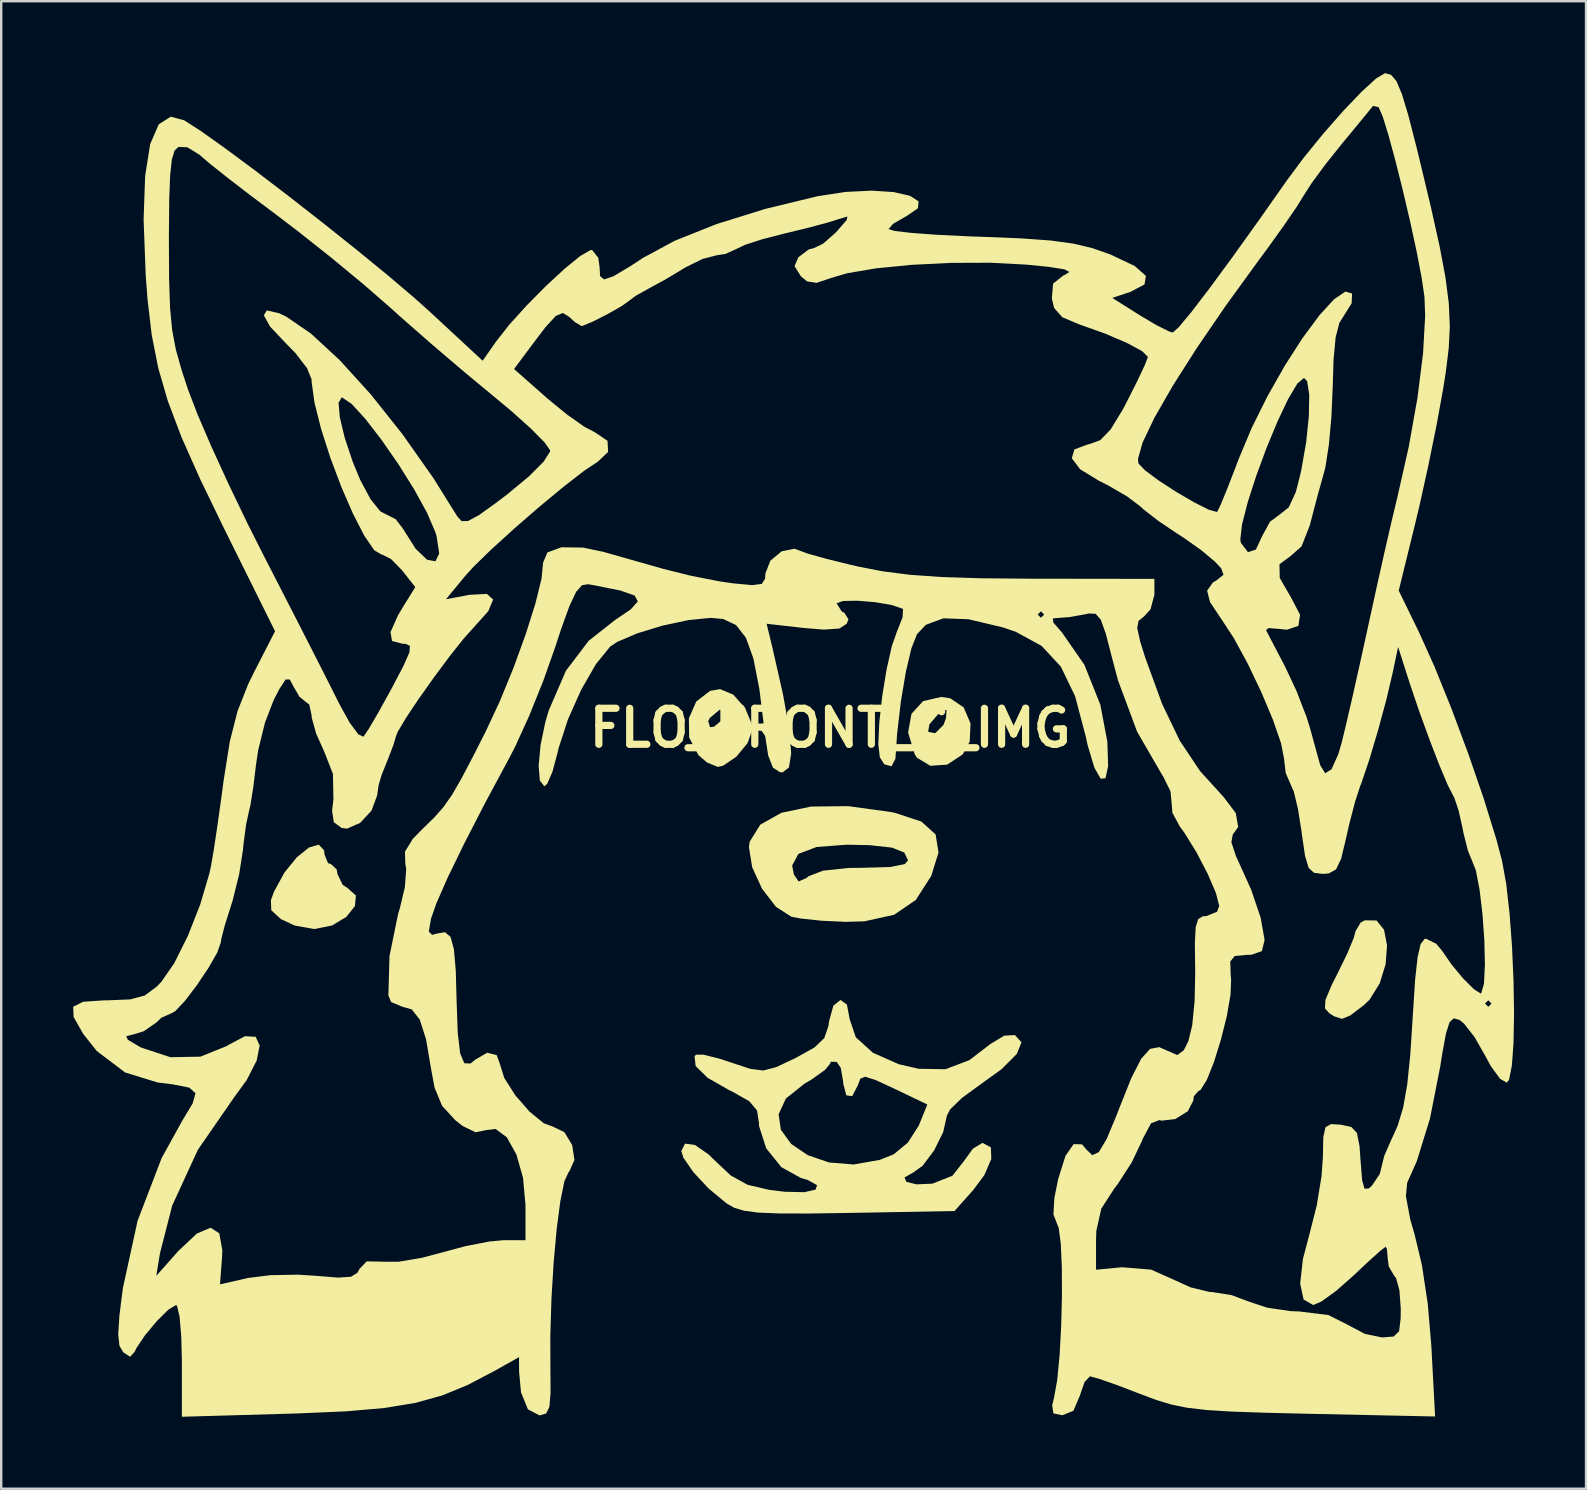
<source format=kicad_pcb>
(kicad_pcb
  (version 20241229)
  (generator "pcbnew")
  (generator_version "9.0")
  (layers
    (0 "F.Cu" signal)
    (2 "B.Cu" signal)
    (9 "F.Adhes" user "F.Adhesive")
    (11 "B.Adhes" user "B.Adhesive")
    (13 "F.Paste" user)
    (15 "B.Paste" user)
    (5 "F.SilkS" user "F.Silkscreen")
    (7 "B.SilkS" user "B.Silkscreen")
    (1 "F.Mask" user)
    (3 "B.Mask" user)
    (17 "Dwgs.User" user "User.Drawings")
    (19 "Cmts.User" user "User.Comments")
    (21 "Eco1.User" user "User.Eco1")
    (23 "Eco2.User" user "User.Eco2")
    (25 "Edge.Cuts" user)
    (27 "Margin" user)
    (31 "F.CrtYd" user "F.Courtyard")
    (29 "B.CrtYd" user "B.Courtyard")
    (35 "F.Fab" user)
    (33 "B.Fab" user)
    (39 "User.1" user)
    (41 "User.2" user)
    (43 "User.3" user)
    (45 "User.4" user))
  (footprint "FLO_FRONT_C_IMG"
    (layer "F.Cu")
    (at 31.551 27.291)
    (property "Reference" "FLO_FRONT_C_IMG" (at 0 0 0) (layer "F.SilkS") (effects (font (size 1.5 1.5) (thickness 0.3))))
    (attr board_only exclude_from_pos_files exclude_from_bom)
    (fp_poly (pts (xy 22.771 8.022) (xy 23.082 8.41) (xy 23.207 9.058) (xy 23.148 9.842) (xy 22.904 10.638) (xy 22.479 11.322) (xy 22.242 11.549) (xy 21.673 11.983) (xy 21.327 12.123) (xy 21.007 12.018) (xy 20.81 11.898) (xy 20.619 11.687) (xy 20.639 11.337) (xy 20.896 10.72) (xy 21.152 10.213) (xy 21.551 9.395) (xy 21.819 8.749) (xy 21.891 8.473) (xy 22.103 8.114) (xy 22.273 8.016)) (stroke (width 0) (type solid)) (fill yes) (layer "F.SilkS"))
    (fp_poly (pts (xy -21.094 5.097) (xy -21.077 5.269) (xy -20.931 5.629) (xy -20.806 5.674) (xy -20.568 5.894) (xy -20.536 6.088) (xy -20.318 6.539) (xy -20.131 6.658) (xy -19.768 6.981) (xy -19.809 7.422) (xy -20.168 7.874) (xy -20.756 8.228) (xy -21.488 8.376) (xy -21.511 8.377) (xy -22.316 8.234) (xy -22.898 7.963) (xy -23.295 7.595) (xy -23.31 7.172) (xy -23.177 6.814) (xy -22.746 6.024) (xy -22.232 5.391) (xy -21.725 4.981) (xy -21.316 4.861)) (stroke (width 0) (type solid)) (fill yes) (layer "F.SilkS"))
    (fp_poly (pts (xy 5.003 -1.239) (xy 5.563 -0.857) (xy 5.848 -0.188) (xy 5.813 0.567) (xy 5.523 1.099) (xy 4.873 1.528) (xy 4.174 1.575) (xy 3.617 1.242) (xy 3.522 1.099) (xy 3.247 0.186) (xy 3.252 0.158) (xy 4.081 0.158) (xy 4.352 0.215) (xy 4.391 0.203) (xy 4.722 -0.129) (xy 4.827 -0.419) (xy 4.847 -0.763) (xy 4.616 -0.668) (xy 4.49 -0.566) (xy 4.133 -0.152) (xy 4.081 0.158) (xy 3.252 0.158) (xy 3.386 -0.591) (xy 3.871 -1.121) (xy 4.63 -1.295)) (stroke (width 0) (type solid)) (fill yes) (layer "F.SilkS"))
    (fp_poly (pts (xy -4.04 -1.39) (xy -3.544 -0.83) (xy -3.261 -0.143) (xy -3.243 0.06) (xy -3.442 0.625) (xy -3.914 1.198) (xy -4.464 1.573) (xy -4.687 1.621) (xy -5.137 1.436) (xy -5.497 1.127) (xy -5.88 0.394) (xy -5.889 -0.287) (xy -5.083 -0.287) (xy -5.01 -0.036) (xy -4.847 -0.051) (xy -4.437 -0.393) (xy -4.374 -0.524) (xy -4.448 -0.775) (xy -4.611 -0.76) (xy -5.02 -0.418) (xy -5.083 -0.287) (xy -5.889 -0.287) (xy -5.891 -0.403) (xy -5.583 -1.104) (xy -5.009 -1.546) (xy -4.59 -1.621)) (stroke (width 0) (type solid)) (fill yes) (layer "F.SilkS"))
    (fp_poly (pts (xy 2.521 3.5) (xy 2.707 3.539) (xy 3.799 3.9) (xy 4.393 4.435) (xy 4.514 5.19) (xy 4.21 6.166) (xy 3.565 7.168) (xy 2.664 7.784) (xy 1.424 8.057) (xy 0.634 8.079) (xy -0.361 8.032) (xy -1.231 7.94) (xy -1.621 7.865) (xy -2.26 7.454) (xy -2.84 6.702) (xy -3.252 5.805) (xy -3.264 5.731) (xy -1.587 5.731) (xy -1.513 6.107) (xy -1.318 6.396) (xy -0.997 6.255) (xy -0.901 6.178) (xy -0.304 5.947) (xy 0.751 5.834) (xy 1.393 5.825) (xy 2.502 5.793) (xy 3.105 5.672) (xy 3.243 5.516) (xy 3.087 5.191) (xy 2.575 4.986) (xy 1.641 4.883) (xy 0.687 4.864) (xy -0.57 4.959) (xy -1.326 5.247) (xy -1.587 5.731) (xy -3.264 5.731) (xy -3.388 4.962) (xy -3.356 4.738) (xy -2.912 4.026) (xy -2.036 3.534) (xy -0.793 3.273) (xy 0.748 3.257)) (stroke (width 0) (type solid)) (fill yes) (layer "F.SilkS"))
    (fp_poly (pts (xy 0.697 11.527) (xy 0.811 12.138) (xy 1.066 12.889) (xy 1.777 13.534) (xy 2.862 14.014) (xy 3.692 14.203) (xy 4.803 14.221) (xy 5.798 13.844) (xy 6.674 13.172) (xy 7.255 12.822) (xy 7.699 12.797) (xy 7.971 13.099) (xy 7.775 13.586) (xy 7.139 14.222) (xy 6.216 14.887) (xy 5.492 15.417) (xy 5.001 15.892) (xy 4.864 16.15) (xy 4.71 16.838) (xy 4.33 17.607) (xy 3.852 18.245) (xy 3.459 18.526) (xy 3.096 18.731) (xy 3.174 18.914) (xy 3.593 19.019) (xy 4.255 18.991) (xy 4.266 18.989) (xy 5.095 18.659) (xy 5.556 18.072) (xy 5.947 17.532) (xy 6.341 17.294) (xy 6.357 17.294) (xy 6.698 17.481) (xy 6.713 17.966) (xy 6.424 18.634) (xy 5.967 19.248) (xy 5.18 20.131) (xy 0.766 20.211) (xy -0.913 20.235) (xy -2.14 20.232) (xy -3.005 20.196) (xy -3.598 20.118) (xy -4.006 19.993) (xy -4.319 19.814) (xy -4.322 19.812) (xy -5.062 19.197) (xy -5.704 18.512) (xy -6.119 17.907) (xy -6.206 17.631) (xy -6.052 17.323) (xy -5.637 17.379) (xy -5.067 17.773) (xy -4.843 17.994) (xy -4.143 18.651) (xy -3.443 19.038) (xy -2.528 19.252) (xy -1.904 19.327) (xy -1.081 19.346) (xy -0.61 19.239) (xy -0.547 19.053) (xy -0.948 18.833) (xy -1.22 18.755) (xy -2.037 18.303) (xy -2.67 17.514) (xy -2.966 16.589) (xy -2.972 16.448) (xy -3.026 16.1) (xy -2.151 16.1) (xy -2.055 16.748) (xy -1.628 17.333) (xy -0.936 17.804) (xy -0.046 18.107) (xy 0.974 18.191) (xy 2.058 18.001) (xy 2.646 17.768) (xy 3.235 17.28) (xy 3.689 16.575) (xy 3.695 16.56) (xy 4.047 15.691) (xy 2.668 15.03) (xy 1.884 14.668) (xy 1.456 14.534) (xy 1.254 14.616) (xy 1.153 14.886) (xy 0.917 15.343) (xy 0.67 15.31) (xy 0.542 14.816) (xy 0.54 14.743) (xy 0.441 14.17) (xy 0.27 13.916) (xy 0.02 13.909) (xy 0 13.985) (xy -0.215 14.247) (xy -0.759 14.638) (xy -1.081 14.829) (xy -1.848 15.443) (xy -2.151 16.1) (xy -3.026 16.1) (xy -3.051 15.939) (xy -3.37 15.558) (xy -4.055 15.167) (xy -4.213 15.092) (xy -5.11 14.579) (xy -5.608 14.091) (xy -5.654 13.687) (xy -5.598 13.614) (xy -5.284 13.616) (xy -4.635 13.776) (xy -4.12 13.945) (xy -3.332 14.206) (xy -2.79 14.275) (xy -2.251 14.134) (xy -1.474 13.769) (xy -1.46 13.762) (xy -0.666 13.322) (xy -0.248 12.924) (xy -0.075 12.425) (xy -0.05 12.227) (xy 0.132 11.572) (xy 0.426 11.334)) (stroke (width 0) (type solid)) (fill yes) (layer "F.SilkS"))
    (fp_poly (pts (xy 23.378 -27.221) (xy 23.598 -26.959) (xy 23.826 -26.424) (xy 24.093 -25.54) (xy 24.43 -24.228) (xy 24.54 -23.779) (xy 25.032 -21.721) (xy 25.396 -20.087) (xy 25.642 -18.779) (xy 25.781 -17.698) (xy 25.823 -16.747) (xy 25.778 -15.827) (xy 25.657 -14.84) (xy 25.555 -14.192) (xy 25.281 -12.677) (xy 24.927 -10.931) (xy 24.553 -9.243) (xy 24.401 -8.604) (xy 23.694 -5.725) (xy 24.53 -4.011) (xy 25.181 -2.567) (xy 25.893 -0.807) (xy 26.602 1.097) (xy 27.246 2.97) (xy 27.763 4.641) (xy 28.001 5.539) (xy 28.174 6.501) (xy 28.313 7.724) (xy 28.415 9.102) (xy 28.478 10.532) (xy 28.5 11.907) (xy 28.478 13.123) (xy 28.409 14.074) (xy 28.293 14.655) (xy 28.2 14.782) (xy 27.918 14.621) (xy 27.534 14.096) (xy 27.295 13.654) (xy 26.857 12.885) (xy 26.415 12.32) (xy 26.229 12.169) (xy 25.989 12.1) (xy 25.813 12.258) (xy 25.663 12.733) (xy 25.501 13.616) (xy 25.423 14.113) (xy 24.998 16.269) (xy 24.446 18.058) (xy 24.047 18.95) (xy 23.993 19.51) (xy 24.173 20.474) (xy 24.357 21.111) (xy 24.661 22.384) (xy 24.904 23.998) (xy 25.054 25.756) (xy 25.054 25.763) (xy 25.21 28.694) (xy 19.968 28.582) (xy 18.129 28.538) (xy 16.732 28.49) (xy 15.679 28.424) (xy 14.87 28.329) (xy 14.207 28.194) (xy 13.592 28.007) (xy 12.925 27.757) (xy 12.896 27.746) (xy 11.969 27.391) (xy 11.234 27.133) (xy 10.838 27.022) (xy 10.824 27.021) (xy 10.603 27.254) (xy 10.407 27.816) (xy 10.403 27.832) (xy 10.135 28.457) (xy 9.675 28.643) (xy 9.301 28.565) (xy 9.252 28.23) (xy 9.33 27.899) (xy 9.46 27.177) (xy 9.56 26.143) (xy 9.626 24.926) (xy 9.658 23.657) (xy 9.653 22.465) (xy 9.608 21.481) (xy 9.522 20.834) (xy 9.456 20.67) (xy 9.304 20.273) (xy 9.341 19.594) (xy 9.501 18.798) (xy 9.804 17.834) (xy 10.144 17.343) (xy 10.495 17.352) (xy 10.673 17.564) (xy 10.925 17.805) (xy 11.195 17.675) (xy 11.523 17.126) (xy 11.947 16.11) (xy 12.036 15.875) (xy 12.544 14.6) (xy 12.96 13.785) (xy 13.332 13.372) (xy 13.712 13.301) (xy 14.06 13.454) (xy 14.468 13.63) (xy 14.736 13.432) (xy 14.929 13.043) (xy 15.087 12.39) (xy 15.187 11.375) (xy 15.212 10.177) (xy 15.21 10.065) (xy 15.197 8.968) (xy 15.231 8.304) (xy 15.335 7.966) (xy 15.532 7.847) (xy 15.687 7.836) (xy 16.12 7.658) (xy 16.213 7.42) (xy 16.078 6.883) (xy 15.731 6.075) (xy 15.262 5.175) (xy 14.758 4.361) (xy 14.569 4.103) (xy 14.261 3.533) (xy 14.226 3.1) (xy 14.182 2.638) (xy 13.878 2.022) (xy 13.841 1.969) (xy 12.789 0.151) (xy 11.996 -1.982) (xy 11.745 -2.925) (xy 11.485 -3.933) (xy 11.277 -4.511) (xy 11.064 -4.758) (xy 10.787 -4.774) (xy 10.699 -4.753) (xy 9.973 -4.622) (xy 9.613 -4.597) (xy 9.278 -4.566) (xy 9.3 -4.393) (xy 9.656 -3.986) (xy 10.594 -2.633) (xy 11.258 -0.971) (xy 11.55 0.573) (xy 11.582 1.583) (xy 11.476 2.093) (xy 11.272 2.113) (xy 11.01 1.653) (xy 10.731 0.724) (xy 10.648 0.345) (xy 10.204 -1.33) (xy 9.613 -2.556) (xy 8.811 -3.421) (xy 7.73 -4.012) (xy 7.195 -4.193) (xy 5.763 -4.533) (xy 4.716 -4.571) (xy 3.987 -4.301) (xy 3.617 -3.909) (xy 3.384 -3.321) (xy 3.152 -2.337) (xy 2.945 -1.102) (xy 2.788 0.238) (xy 2.717 1.284) (xy 2.555 1.595) (xy 2.253 1.512) (xy 2.068 1.225) (xy 2.004 0.669) (xy 2.046 -0.243) (xy 2.169 -1.341) (xy 2.352 -2.456) (xy 2.57 -3.419) (xy 2.783 -4.025) (xy 3.014 -4.609) (xy 3.022 -4.729) (xy 8.647 -4.729) (xy 8.782 -4.594) (xy 8.917 -4.729) (xy 8.782 -4.864) (xy 8.647 -4.729) (xy 3.022 -4.729) (xy 3.036 -4.952) (xy 3.018 -4.97) (xy 2.557 -5.128) (xy 1.864 -5.245) (xy 1.127 -5.305) (xy 0.534 -5.294) (xy 0.271 -5.197) (xy 0.27 -5.187) (xy 0.483 -4.854) (xy 0.588 -4.803) (xy 0.76 -4.533) (xy 0.688 -4.344) (xy 0.379 -4.145) (xy -0.272 -4.101) (xy -1.09 -4.168) (xy -2.65 -4.344) (xy -2.402 -3.321) (xy -1.966 -1.394) (xy -1.708 0.054) (xy -1.627 1.056) (xy -1.72 1.644) (xy -1.985 1.849) (xy -2.094 1.841) (xy -2.388 1.652) (xy -2.585 1.148) (xy -2.727 0.219) (xy -2.736 0.133) (xy -2.952 -1.618) (xy -3.201 -2.894) (xy -3.514 -3.763) (xy -3.924 -4.29) (xy -4.461 -4.542) (xy -4.973 -4.59) (xy -5.907 -4.498) (xy -6.997 -4.264) (xy -8.051 -3.942) (xy -8.874 -3.59) (xy -9.175 -3.389) (xy -9.765 -2.661) (xy -10.38 -1.591) (xy -10.928 -0.364) (xy -11.318 0.834) (xy -11.365 1.038) (xy -11.575 1.818) (xy -11.793 2.324) (xy -11.912 2.432) (xy -12.101 2.195) (xy -12.152 1.575) (xy -12.072 0.71) (xy -11.87 -0.262) (xy -11.73 -0.734) (xy -11.014 -2.386) (xy -10.066 -3.635) (xy -8.995 -4.48) (xy -8.312 -4.945) (xy -8.019 -5.276) (xy -8.151 -5.521) (xy -8.743 -5.729) (xy -9.83 -5.947) (xy -10.091 -5.993) (xy -10.344 -5.951) (xy -10.588 -5.677) (xy -10.866 -5.09) (xy -11.22 -4.108) (xy -11.467 -3.356) (xy -11.963 -1.954) (xy -12.549 -0.499) (xy -13.13 0.775) (xy -13.369 1.238) (xy -14.388 3.134) (xy -15.258 4.825) (xy -15.947 6.244) (xy -16.422 7.325) (xy -16.638 7.948) (xy -16.73 8.483) (xy -16.592 8.622) (xy -16.397 8.568) (xy -16.057 8.512) (xy -15.826 8.702) (xy -15.683 9.214) (xy -15.605 10.122) (xy -15.572 11.354) (xy -15.525 12.703) (xy -15.423 13.559) (xy -15.251 13.971) (xy -14.994 13.984) (xy -14.803 13.83) (xy -14.298 13.534) (xy -13.901 13.632) (xy -13.773 13.984) (xy -13.585 14.584) (xy -13.126 15.306) (xy -12.531 15.99) (xy -11.937 16.474) (xy -11.564 16.61) (xy -11.081 16.843) (xy -10.754 17.38) (xy -10.66 18.002) (xy -10.875 18.486) (xy -10.904 18.51) (xy -11.079 18.893) (xy -11.247 19.715) (xy -11.399 20.873) (xy -11.526 22.264) (xy -11.618 23.786) (xy -11.665 25.337) (xy -11.662 26.684) (xy -11.654 27.7) (xy -11.703 28.291) (xy -11.837 28.567) (xy -12.081 28.642) (xy -12.128 28.643) (xy -12.599 28.394) (xy -12.887 27.688) (xy -12.967 26.823) (xy -12.97 26.22) (xy -13.984 26.791) (xy -15.101 27.377) (xy -16.163 27.814) (xy -17.285 28.127) (xy -18.584 28.341) (xy -20.175 28.479) (xy -22.174 28.566) (xy -22.495 28.576) (xy -27.021 28.705) (xy -27.021 26.377) (xy -27.048 25.331) (xy -27.118 24.529) (xy -27.22 24.093) (xy -27.267 24.049) (xy -27.586 24.244) (xy -28.065 24.719) (xy -28.558 25.309) (xy -28.918 25.847) (xy -28.988 25.998) (xy -29.178 26.206) (xy -29.462 26.019) (xy -29.622 25.752) (xy -29.675 25.276) (xy -29.624 24.483) (xy -29.481 23.35) (xy -28.867 20.538) (xy -27.864 17.923) (xy -27.001 16.36) (xy -26.571 15.646) (xy -26.454 15.221) (xy -26.713 14.988) (xy -27.409 14.85) (xy -28.025 14.776) (xy -29.388 14.356) (xy -30.568 13.462) (xy -31.058 12.844) (xy -29.337 12.844) (xy -29.275 12.993) (xy -28.772 13.29) (xy -28.724 13.316) (xy -27.499 13.72) (xy -26.248 13.698) (xy -25.151 13.255) (xy -25.106 13.223) (xy -24.39 12.845) (xy -23.945 12.87) (xy -23.779 13.231) (xy -23.902 13.857) (xy -24.324 14.681) (xy -24.816 15.354) (xy -26.355 17.579) (xy -27.425 19.907) (xy -27.933 21.887) (xy -28.088 22.833) (xy -27.168 21.796) (xy -26.399 21.071) (xy -25.822 20.827) (xy -25.46 21.061) (xy -25.336 21.77) (xy -25.348 22.073) (xy -25.431 23.188) (xy -24.267 22.922) (xy -23.33 22.804) (xy -22.176 22.784) (xy -21.45 22.83) (xy -20.512 22.906) (xy -19.975 22.871) (xy -19.705 22.705) (xy -19.622 22.548) (xy -19.321 22.23) (xy -18.705 22.24) (xy -18.683 22.244) (xy -18.002 22.246) (xy -17.035 22.085) (xy -16.231 21.872) (xy -15.185 21.591) (xy -14.2 21.401) (xy -13.622 21.347) (xy -12.7 21.347) (xy -12.7 19.876) (xy -12.804 18.741) (xy -13.081 17.769) (xy -13.479 17.059) (xy -13.946 16.711) (xy -14.326 16.756) (xy -14.781 16.849) (xy -15.318 16.588) (xy -15.628 16.344) (xy -16.177 15.746) (xy -16.491 14.985) (xy -16.627 14.251) (xy -16.846 12.968) (xy -17.107 12.152) (xy -17.441 11.727) (xy -17.827 11.619) (xy -18.303 11.421) (xy -18.414 11.146) (xy -18.368 9.503) (xy -18.008 7.744) (xy -17.934 7.504) (xy -17.727 6.631) (xy -17.672 5.883) (xy -17.709 5.642) (xy -17.724 5.155) (xy -17.397 4.621) (xy -16.986 4.201) (xy -16.507 3.735) (xy -16.126 3.304) (xy -15.771 2.8) (xy -15.372 2.112) (xy -14.859 1.132) (xy -14.353 0.135) (xy -13.761 -1.136) (xy -13.191 -2.53) (xy -12.686 -3.923) (xy -12.285 -5.194) (xy -12.032 -6.222) (xy -11.967 -6.885) (xy -11.967 -6.89) (xy -11.787 -7.317) (xy -11.199 -7.533) (xy -10.299 -7.519) (xy -9.466 -7.344) (xy -8.656 -7.115) (xy -7.615 -6.819) (xy -6.963 -6.633) (xy -5.817 -6.348) (xy -4.618 -6.112) (xy -4.059 -6.03) (xy -3.257 -5.955) (xy -2.854 -6.005) (xy -2.715 -6.22) (xy -2.702 -6.438) (xy -2.497 -6.97) (xy -2.022 -7.364) (xy -1.488 -7.472) (xy -1.312 -7.407) (xy -0.923 -7.264) (xy -0.151 -7.049) (xy 0.857 -6.8) (xy 1.182 -6.725) (xy 2.206 -6.527) (xy 3.326 -6.385) (xy 4.652 -6.292) (xy 6.295 -6.24) (xy 8.363 -6.222) (xy 8.444 -6.222) (xy 13.511 -6.215) (xy 13.511 -5.553) (xy 13.349 -4.947) (xy 13.079 -4.649) (xy 12.85 -4.463) (xy 12.795 -4.163) (xy 12.919 -3.604) (xy 13.125 -2.947) (xy 13.832 -1.005) (xy 14.57 0.531) (xy 15.415 1.796) (xy 16.41 2.892) (xy 16.903 3.55) (xy 17.003 4.125) (xy 16.775 4.445) (xy 16.72 4.761) (xy 16.913 5.349) (xy 16.973 5.474) (xy 17.546 6.743) (xy 17.941 7.911) (xy 18.099 8.808) (xy 18.1 8.849) (xy 17.991 9.299) (xy 17.555 9.451) (xy 17.348 9.457) (xy 16.858 9.501) (xy 16.673 9.735) (xy 16.692 10.318) (xy 16.709 10.464) (xy 16.685 11.111) (xy 16.531 11.998) (xy 16.286 12.982) (xy 15.994 13.92) (xy 15.695 14.67) (xy 15.432 15.089) (xy 15.344 15.132) (xy 15.154 15.351) (xy 15.132 15.528) (xy 14.903 15.973) (xy 14.38 16.299) (xy 13.807 16.365) (xy 13.722 16.34) (xy 13.372 16.474) (xy 13.022 17.125) (xy 12.988 17.219) (xy 12.564 18.107) (xy 11.981 19.011) (xy 11.85 19.179) (xy 11.297 20.035) (xy 11.091 20.957) (xy 11.079 21.348) (xy 11.079 22.577) (xy 12.157 22.474) (xy 13.375 22.574) (xy 14.199 22.94) (xy 15.015 23.311) (xy 15.799 23.502) (xy 15.927 23.509) (xy 16.736 23.638) (xy 17.465 23.912) (xy 18.216 24.16) (xy 19.184 24.303) (xy 19.548 24.317) (xy 20.766 24.467) (xy 21.543 24.86) (xy 22.284 25.252) (xy 23.005 25.4) (xy 23.483 25.361) (xy 23.708 25.144) (xy 23.775 24.604) (xy 23.779 24.2) (xy 23.723 23.436) (xy 23.582 22.923) (xy 23.509 22.833) (xy 23.282 22.452) (xy 23.238 22.141) (xy 23.201 21.71) (xy 23.152 21.617) (xy 22.928 21.789) (xy 22.427 22.238) (xy 21.796 22.833) (xy 21.082 23.462) (xy 20.473 23.901) (xy 20.131 24.049) (xy 19.729 23.819) (xy 19.586 23.161) (xy 19.702 22.125) (xy 19.979 21.074) (xy 20.277 19.898) (xy 20.478 18.669) (xy 20.533 17.884) (xy 20.549 17.054) (xy 20.641 16.638) (xy 20.877 16.508) (xy 21.279 16.533) (xy 21.715 16.626) (xy 21.949 16.872) (xy 22.059 17.416) (xy 22.104 18.042) (xy 22.169 18.847) (xy 22.269 19.201) (xy 22.445 19.191) (xy 22.577 19.074) (xy 22.904 18.586) (xy 22.97 18.326) (xy 23.089 17.836) (xy 23.333 17.276) (xy 23.647 16.584) (xy 23.879 15.817) (xy 24.049 14.859) (xy 24.177 13.593) (xy 24.286 11.904) (xy 24.287 11.889) (xy 24.313 11.484) (xy 27.291 11.484) (xy 27.427 11.619) (xy 27.562 11.484) (xy 27.427 11.349) (xy 27.291 11.484) (xy 24.313 11.484) (xy 24.378 10.485) (xy 24.48 9.549) (xy 24.606 9.009) (xy 24.769 8.794) (xy 24.83 8.782) (xy 25.257 8.992) (xy 25.506 9.292) (xy 25.898 9.861) (xy 26.38 10.438) (xy 26.826 10.885) (xy 27.106 11.064) (xy 27.133 11.054) (xy 27.247 10.652) (xy 27.286 9.868) (xy 27.262 8.853) (xy 27.184 7.759) (xy 27.063 6.737) (xy 26.909 5.938) (xy 26.753 5.539) (xy 26.579 5.116) (xy 26.398 4.4) (xy 26.357 4.188) (xy 26.188 3.435) (xy 26.012 2.909) (xy 25.972 2.837) (xy 25.739 2.383) (xy 25.39 1.553) (xy 24.976 0.483) (xy 24.55 -0.689) (xy 24.165 -1.826) (xy 24.144 -1.891) (xy 23.668 -3.378) (xy 23.441 -2.297) (xy 23.18 -1.188) (xy 22.837 0.08) (xy 22.475 1.298) (xy 22.153 2.253) (xy 22.083 2.432) (xy 21.872 3.083) (xy 21.631 4.008) (xy 21.499 4.594) (xy 21.294 5.449) (xy 21.08 5.896) (xy 20.776 6.062) (xy 20.525 6.08) (xy 20.163 6.036) (xy 19.937 5.826) (xy 19.789 5.328) (xy 19.657 4.423) (xy 19.645 4.323) (xy 19.496 3.38) (xy 19.321 2.65) (xy 19.171 2.31) (xy 18.982 1.87) (xy 18.915 1.285) (xy 18.788 0.632) (xy 18.452 -0.341) (xy 17.97 -1.489) (xy 17.408 -2.668) (xy 16.83 -3.731) (xy 16.323 -4.508) (xy 15.829 -5.246) (xy 15.708 -5.725) (xy 15.947 -6.06) (xy 16.114 -6.165) (xy 16.392 -6.386) (xy 16.292 -6.659) (xy 16.037 -6.931) (xy 15.478 -7.4) (xy 14.834 -7.857) (xy 17.091 -7.857) (xy 17.116 -7.714) (xy 17.412 -7.329) (xy 17.741 -7.436) (xy 17.999 -7.993) (xy 18.329 -8.597) (xy 18.731 -8.896) (xy 19.11 -9.195) (xy 19.407 -9.839) (xy 19.624 -10.698) (xy 19.835 -11.904) (xy 19.949 -13.01) (xy 19.964 -13.899) (xy 19.876 -14.458) (xy 19.745 -14.591) (xy 19.466 -14.351) (xy 19.083 -13.707) (xy 18.641 -12.774) (xy 18.184 -11.671) (xy 17.756 -10.511) (xy 17.401 -9.411) (xy 17.165 -8.488) (xy 17.091 -7.857) (xy 14.834 -7.857) (xy 14.712 -7.943) (xy 14.456 -8.106) (xy 13.692 -8.619) (xy 13.058 -9.111) (xy 12.915 -9.242) (xy 12.385 -9.643) (xy 11.595 -10.105) (xy 11.204 -10.301) (xy 10.416 -10.783) (xy 10.09 -11.213) (xy 12.826 -11.213) (xy 12.846 -11.027) (xy 13.12 -10.738) (xy 13.693 -10.313) (xy 14.422 -9.84) (xy 15.165 -9.405) (xy 15.776 -9.098) (xy 16.113 -9.005) (xy 16.131 -9.015) (xy 16.273 -9.306) (xy 16.548 -9.975) (xy 16.904 -10.895) (xy 17.014 -11.188) (xy 17.565 -12.504) (xy 18.227 -13.834) (xy 18.95 -15.108) (xy 19.686 -16.253) (xy 20.384 -17.196) (xy 20.995 -17.865) (xy 21.469 -18.189) (xy 21.75 -18.108) (xy 21.732 -17.701) (xy 21.463 -17.272) (xy 21.22 -16.882) (xy 21.065 -16.283) (xy 20.978 -15.358) (xy 20.944 -14.25) (xy 20.89 -12.993) (xy 20.783 -11.809) (xy 20.642 -10.896) (xy 20.587 -10.673) (xy 20.304 -9.656) (xy 20.024 -8.587) (xy 19.993 -8.46) (xy 19.643 -7.567) (xy 19.179 -7.159) (xy 18.724 -6.827) (xy 18.735 -6.255) (xy 19.211 -5.428) (xy 19.217 -5.419) (xy 19.581 -4.72) (xy 19.513 -4.258) (xy 19.036 -4.095) (xy 18.737 -4.127) (xy 18.276 -4.165) (xy 18.163 -4.085) (xy 18.323 -3.771) (xy 18.654 -3.137) (xy 18.954 -2.567) (xy 19.436 -1.537) (xy 19.854 -0.455) (xy 19.996 0) (xy 20.216 0.803) (xy 20.383 1.41) (xy 20.423 1.554) (xy 20.63 1.887) (xy 20.892 1.722) (xy 21.175 1.092) (xy 21.317 0.608) (xy 21.499 -0.143) (xy 21.761 -1.277) (xy 22.069 -2.649) (xy 22.39 -4.113) (xy 22.436 -4.323) (xy 22.766 -5.831) (xy 23.096 -7.307) (xy 23.392 -8.593) (xy 23.615 -9.526) (xy 23.631 -9.593) (xy 24.109 -11.706) (xy 24.474 -13.755) (xy 24.708 -15.619) (xy 24.796 -17.175) (xy 24.766 -17.969) (xy 24.652 -18.75) (xy 24.447 -19.825) (xy 24.177 -21.075) (xy 23.871 -22.384) (xy 23.558 -23.635) (xy 23.266 -24.711) (xy 23.023 -25.495) (xy 22.858 -25.87) (xy 22.854 -25.874) (xy 22.624 -25.928) (xy 22.615 -25.918) (xy 22.414 -25.669) (xy 21.962 -25.119) (xy 21.354 -24.383) (xy 21.301 -24.319) (xy 20.632 -23.48) (xy 20.071 -22.718) (xy 19.744 -22.209) (xy 19.442 -21.721) (xy 18.905 -20.937) (xy 18.226 -19.99) (xy 17.869 -19.507) (xy 16.479 -17.591) (xy 15.27 -15.823) (xy 14.27 -14.251) (xy 13.51 -12.926) (xy 13.019 -11.896) (xy 12.826 -11.213) (xy 10.09 -11.213) (xy 10.068 -11.242) (xy 10.177 -11.611) (xy 10.758 -11.826) (xy 10.814 -11.834) (xy 11.258 -11.999) (xy 11.691 -12.449) (xy 12.197 -13.281) (xy 12.365 -13.601) (xy 12.799 -14.461) (xy 13.112 -15.128) (xy 13.24 -15.462) (xy 13.24 -15.468) (xy 13.003 -15.704) (xy 12.374 -16.044) (xy 11.477 -16.43) (xy 10.434 -16.802) (xy 10.403 -16.812) (xy 9.674 -17.118) (xy 9.33 -17.507) (xy 9.237 -17.904) (xy 9.289 -18.518) (xy 9.708 -18.855) (xy 9.777 -18.882) (xy 9.968 -19.007) (xy 9.759 -19.116) (xy 9.102 -19.22) (xy 8.171 -19.313) (xy 6.668 -19.391) (xy 5.03 -19.385) (xy 3.397 -19.304) (xy 1.911 -19.157) (xy 0.713 -18.955) (xy 0.071 -18.766) (xy -0.567 -18.553) (xy -0.964 -18.613) (xy -1.221 -18.824) (xy -1.487 -19.25) (xy -1.327 -19.619) (xy -0.894 -19.945) (xy -0.69 -19.996) (xy -0.304 -20.18) (xy 0.214 -20.633) (xy 0.291 -20.715) (xy 0.685 -21.171) (xy 0.718 -21.316) (xy 0.405 -21.225) (xy 0.405 -21.225) (xy -0.134 -21.057) (xy -1.001 -20.827) (xy -1.891 -20.612) (xy -2.827 -20.371) (xy -3.556 -20.135) (xy -3.905 -19.967) (xy -4.37 -19.756) (xy -4.715 -19.706) (xy -5.319 -19.55) (xy -6.034 -19.197) (xy -6.08 -19.168) (xy -6.853 -18.703) (xy -7.566 -18.315) (xy -8.109 -18.012) (xy -8.377 -17.81) (xy -8.684 -17.589) (xy -9.253 -17.264) (xy -9.866 -16.951) (xy -10.304 -16.766) (xy -10.37 -16.753) (xy -10.643 -16.92) (xy -10.883 -17.137) (xy -11.141 -17.296) (xy -11.431 -17.179) (xy -11.855 -16.719) (xy -12.222 -16.24) (xy -13.177 -14.961) (xy -11.785 -13.733) (xy -10.985 -13.076) (xy -10.258 -12.562) (xy -9.79 -12.314) (xy -9.281 -11.969) (xy -9.256 -11.507) (xy -9.682 -11.103) (xy -10.259 -10.717) (xy -11.108 -10.059) (xy -12.111 -9.229) (xy -13.149 -8.329) (xy -14.105 -7.46) (xy -14.861 -6.725) (xy -15.201 -6.351) (xy -16.013 -5.367) (xy -15.032 -5.551) (xy -14.31 -5.589) (xy -14.048 -5.356) (xy -14.25 -4.868) (xy -14.856 -4.194) (xy -15.291 -3.709) (xy -15.876 -2.969) (xy -16.527 -2.094) (xy -17.159 -1.201) (xy -17.687 -0.411) (xy -18.025 0.158) (xy -18.104 0.362) (xy -18.198 0.689) (xy -18.419 1.266) (xy -18.694 1.953) (xy -18.823 2.383) (xy -18.88 2.796) (xy -18.881 2.807) (xy -19.116 3.441) (xy -19.591 3.955) (xy -20.135 4.193) (xy -20.364 4.165) (xy -20.688 3.926) (xy -20.761 3.452) (xy -20.705 2.986) (xy -20.724 1.917) (xy -21.082 1) (xy -21.424 0.236) (xy -21.607 -0.419) (xy -21.617 -0.539) (xy -21.713 -0.979) (xy -21.846 -1.081) (xy -22.118 -1.298) (xy -22.346 -1.689) (xy -22.526 -2.024) (xy -22.697 -2.024) (xy -22.953 -1.631) (xy -23.193 -1.168) (xy -23.555 -0.23) (xy -23.839 0.915) (xy -23.932 1.534) (xy -24.044 2.462) (xy -24.162 3.205) (xy -24.234 3.513) (xy -24.345 4.027) (xy -24.449 4.816) (xy -24.474 5.076) (xy -24.633 6.095) (xy -24.905 7.191) (xy -24.987 7.45) (xy -25.233 8.227) (xy -25.38 8.801) (xy -25.4 8.943) (xy -25.547 9.359) (xy -25.916 10.004) (xy -26.402 10.728) (xy -26.899 11.379) (xy -27.301 11.805) (xy -27.457 11.889) (xy -27.877 12.077) (xy -28.089 12.278) (xy -28.614 12.64) (xy -29 12.759) (xy -29.337 12.844) (xy -31.058 12.844) (xy -31.134 12.748) (xy -31.533 12.042) (xy -31.551 11.619) (xy -31.139 11.41) (xy -30.246 11.349) (xy -30.102 11.349) (xy -29.171 11.311) (xy -28.567 11.148) (xy -28.08 10.787) (xy -27.873 10.573) (xy -27.336 9.797) (xy -26.773 8.669) (xy -26.261 7.367) (xy -25.877 6.07) (xy -25.807 5.752) (xy -25.696 5.109) (xy -25.544 4.097) (xy -25.373 2.881) (xy -25.278 2.167) (xy -25.024 0.565) (xy -24.702 -0.701) (xy -24.255 -1.835) (xy -24.031 -2.291) (xy -23.138 -4.034) (xy -25.25 -8.29) (xy -26.261 -10.378) (xy -27.034 -12.115) (xy -27.603 -13.618) (xy -28.006 -15.003) (xy -28.278 -16.384) (xy -28.454 -17.878) (xy -28.53 -18.896) (xy -28.581 -20.259) (xy -27.562 -20.259) (xy -27.553 -18.688) (xy -27.514 -17.513) (xy -27.426 -16.588) (xy -27.271 -15.768) (xy -27.029 -14.908) (xy -26.764 -14.103) (xy -26.372 -13.08) (xy -25.784 -11.713) (xy -25.059 -10.133) (xy -24.259 -8.471) (xy -23.598 -7.161) (xy -22.794 -5.596) (xy -22.017 -4.079) (xy -21.325 -2.722) (xy -20.774 -1.634) (xy -20.45 -0.987) (xy -20.026 -0.22) (xy -19.667 0.265) (xy -19.453 0.364) (xy -19.227 0.028) (xy -18.83 -0.651) (xy -18.341 -1.535) (xy -18.258 -1.689) (xy -17.777 -2.608) (xy -17.537 -3.153) (xy -17.516 -3.421) (xy -17.691 -3.507) (xy -17.828 -3.513) (xy -18.262 -3.625) (xy -18.326 -3.998) (xy -18.018 -4.689) (xy -17.834 -4.998) (xy -17.294 -5.872) (xy -17.85 -6.579) (xy -18.307 -7.045) (xy -18.671 -7.226) (xy -18.692 -7.223) (xy -19.006 -7.412) (xy -19.42 -8.016) (xy -19.89 -8.93) (xy -20.375 -10.047) (xy -20.833 -11.263) (xy -21.22 -12.47) (xy -21.492 -13.551) (xy -20.491 -13.551) (xy -20.438 -12.949) (xy -20.233 -12.091) (xy -19.902 -11.099) (xy -19.587 -10.336) (xy -19.158 -9.536) (xy -18.751 -9.029) (xy -18.534 -8.917) (xy -18.108 -8.7) (xy -17.809 -8.309) (xy -17.281 -7.473) (xy -16.805 -7.016) (xy -16.453 -6.947) (xy -16.296 -7.272) (xy -16.406 -7.998) (xy -16.461 -8.175) (xy -16.806 -8.975) (xy -17.344 -9.953) (xy -18.002 -11.003) (xy -18.705 -12.016) (xy -19.378 -12.887) (xy -19.947 -13.508) (xy -20.338 -13.773) (xy -20.364 -13.776) (xy -20.491 -13.551) (xy -21.492 -13.551) (xy -21.495 -13.563) (xy -21.615 -14.436) (xy -21.617 -14.536) (xy -21.805 -14.996) (xy -22.289 -15.628) (xy -22.704 -16.051) (xy -23.346 -16.732) (xy -23.605 -17.199) (xy -23.481 -17.402) (xy -22.977 -17.289) (xy -22.672 -17.145) (xy -21.644 -16.441) (xy -20.447 -15.335) (xy -19.151 -13.909) (xy -17.828 -12.246) (xy -16.547 -10.428) (xy -15.537 -8.81) (xy -15.36 -8.62) (xy -15.089 -8.629) (xy -14.631 -8.878) (xy -13.891 -9.41) (xy -13.432 -9.761) (xy -12.552 -10.491) (xy -11.94 -11.105) (xy -11.678 -11.519) (xy -11.676 -11.579) (xy -11.909 -11.908) (xy -12.476 -12.48) (xy -13.286 -13.207) (xy -14.003 -13.805) (xy -15.252 -14.839) (xy -16.639 -16.022) (xy -17.925 -17.15) (xy -18.327 -17.512) (xy -19.438 -18.481) (xy -20.794 -19.602) (xy -22.196 -20.713) (xy -23.103 -21.403) (xy -24.188 -22.218) (xy -25.149 -22.958) (xy -25.882 -23.542) (xy -26.284 -23.888) (xy -26.285 -23.89) (xy -26.794 -24.204) (xy -27.163 -24.219) (xy -27.326 -24.064) (xy -27.439 -23.693) (xy -27.511 -23.028) (xy -27.549 -21.991) (xy -27.562 -20.502) (xy -27.562 -20.259) (xy -28.581 -20.259) (xy -28.616 -21.198) (xy -28.552 -23.014) (xy -28.341 -24.338) (xy -27.984 -25.161) (xy -27.484 -25.477) (xy -26.931 -25.331) (xy -26.237 -24.885) (xy -25.218 -24.162) (xy -23.965 -23.232) (xy -22.567 -22.164) (xy -21.114 -21.029) (xy -19.696 -19.897) (xy -18.403 -18.838) (xy -17.324 -17.92) (xy -16.767 -17.422) (xy -14.485 -15.307) (xy -13.933 -16.098) (xy -13.372 -16.812) (xy -12.642 -17.619) (xy -11.84 -18.428) (xy -11.067 -19.143) (xy -10.419 -19.67) (xy -9.995 -19.917) (xy -9.92 -19.92) (xy -9.666 -19.593) (xy -9.614 -19.225) (xy -9.591 -18.834) (xy -9.427 -18.695) (xy -9.038 -18.825) (xy -8.34 -19.241) (xy -7.792 -19.599) (xy -6.484 -20.305) (xy -4.752 -20.997) (xy -2.713 -21.633) (xy -0.54 -22.16) (xy 0.637 -22.342) (xy 1.722 -22.395) (xy 2.64 -22.336) (xy 3.318 -22.183) (xy 3.681 -21.952) (xy 3.657 -21.661) (xy 3.17 -21.327) (xy 3.129 -21.307) (xy 2.624 -21.016) (xy 2.432 -20.793) (xy 2.686 -20.715) (xy 3.385 -20.634) (xy 4.432 -20.557) (xy 5.733 -20.493) (xy 6.282 -20.474) (xy 7.94 -20.407) (xy 9.182 -20.318) (xy 10.134 -20.188) (xy 10.92 -20.001) (xy 11.665 -19.739) (xy 11.687 -19.731) (xy 12.689 -19.256) (xy 13.158 -18.843) (xy 13.098 -18.485) (xy 12.511 -18.176) (xy 12.498 -18.172) (xy 11.756 -17.925) (xy 12.898 -17.204) (xy 13.603 -16.787) (xy 14.126 -16.526) (xy 14.274 -16.483) (xy 14.523 -16.7) (xy 15.043 -17.325) (xy 15.803 -18.317) (xy 16.771 -19.634) (xy 17.918 -21.236) (xy 19.016 -22.799) (xy 19.741 -23.776) (xy 20.561 -24.784) (xy 21.393 -25.73) (xy 22.154 -26.525) (xy 22.759 -27.076) (xy 23.124 -27.291) (xy 23.133 -27.291)) (stroke (width 0) (type solid)) (fill yes) (layer "F.SilkS")))
  (gr_rect
    (start -3 -3)
    (end 63.051 58.996)
    (stroke (width 0.1) (type default))
    (fill no)
    (layer "Edge.Cuts")))
</source>
